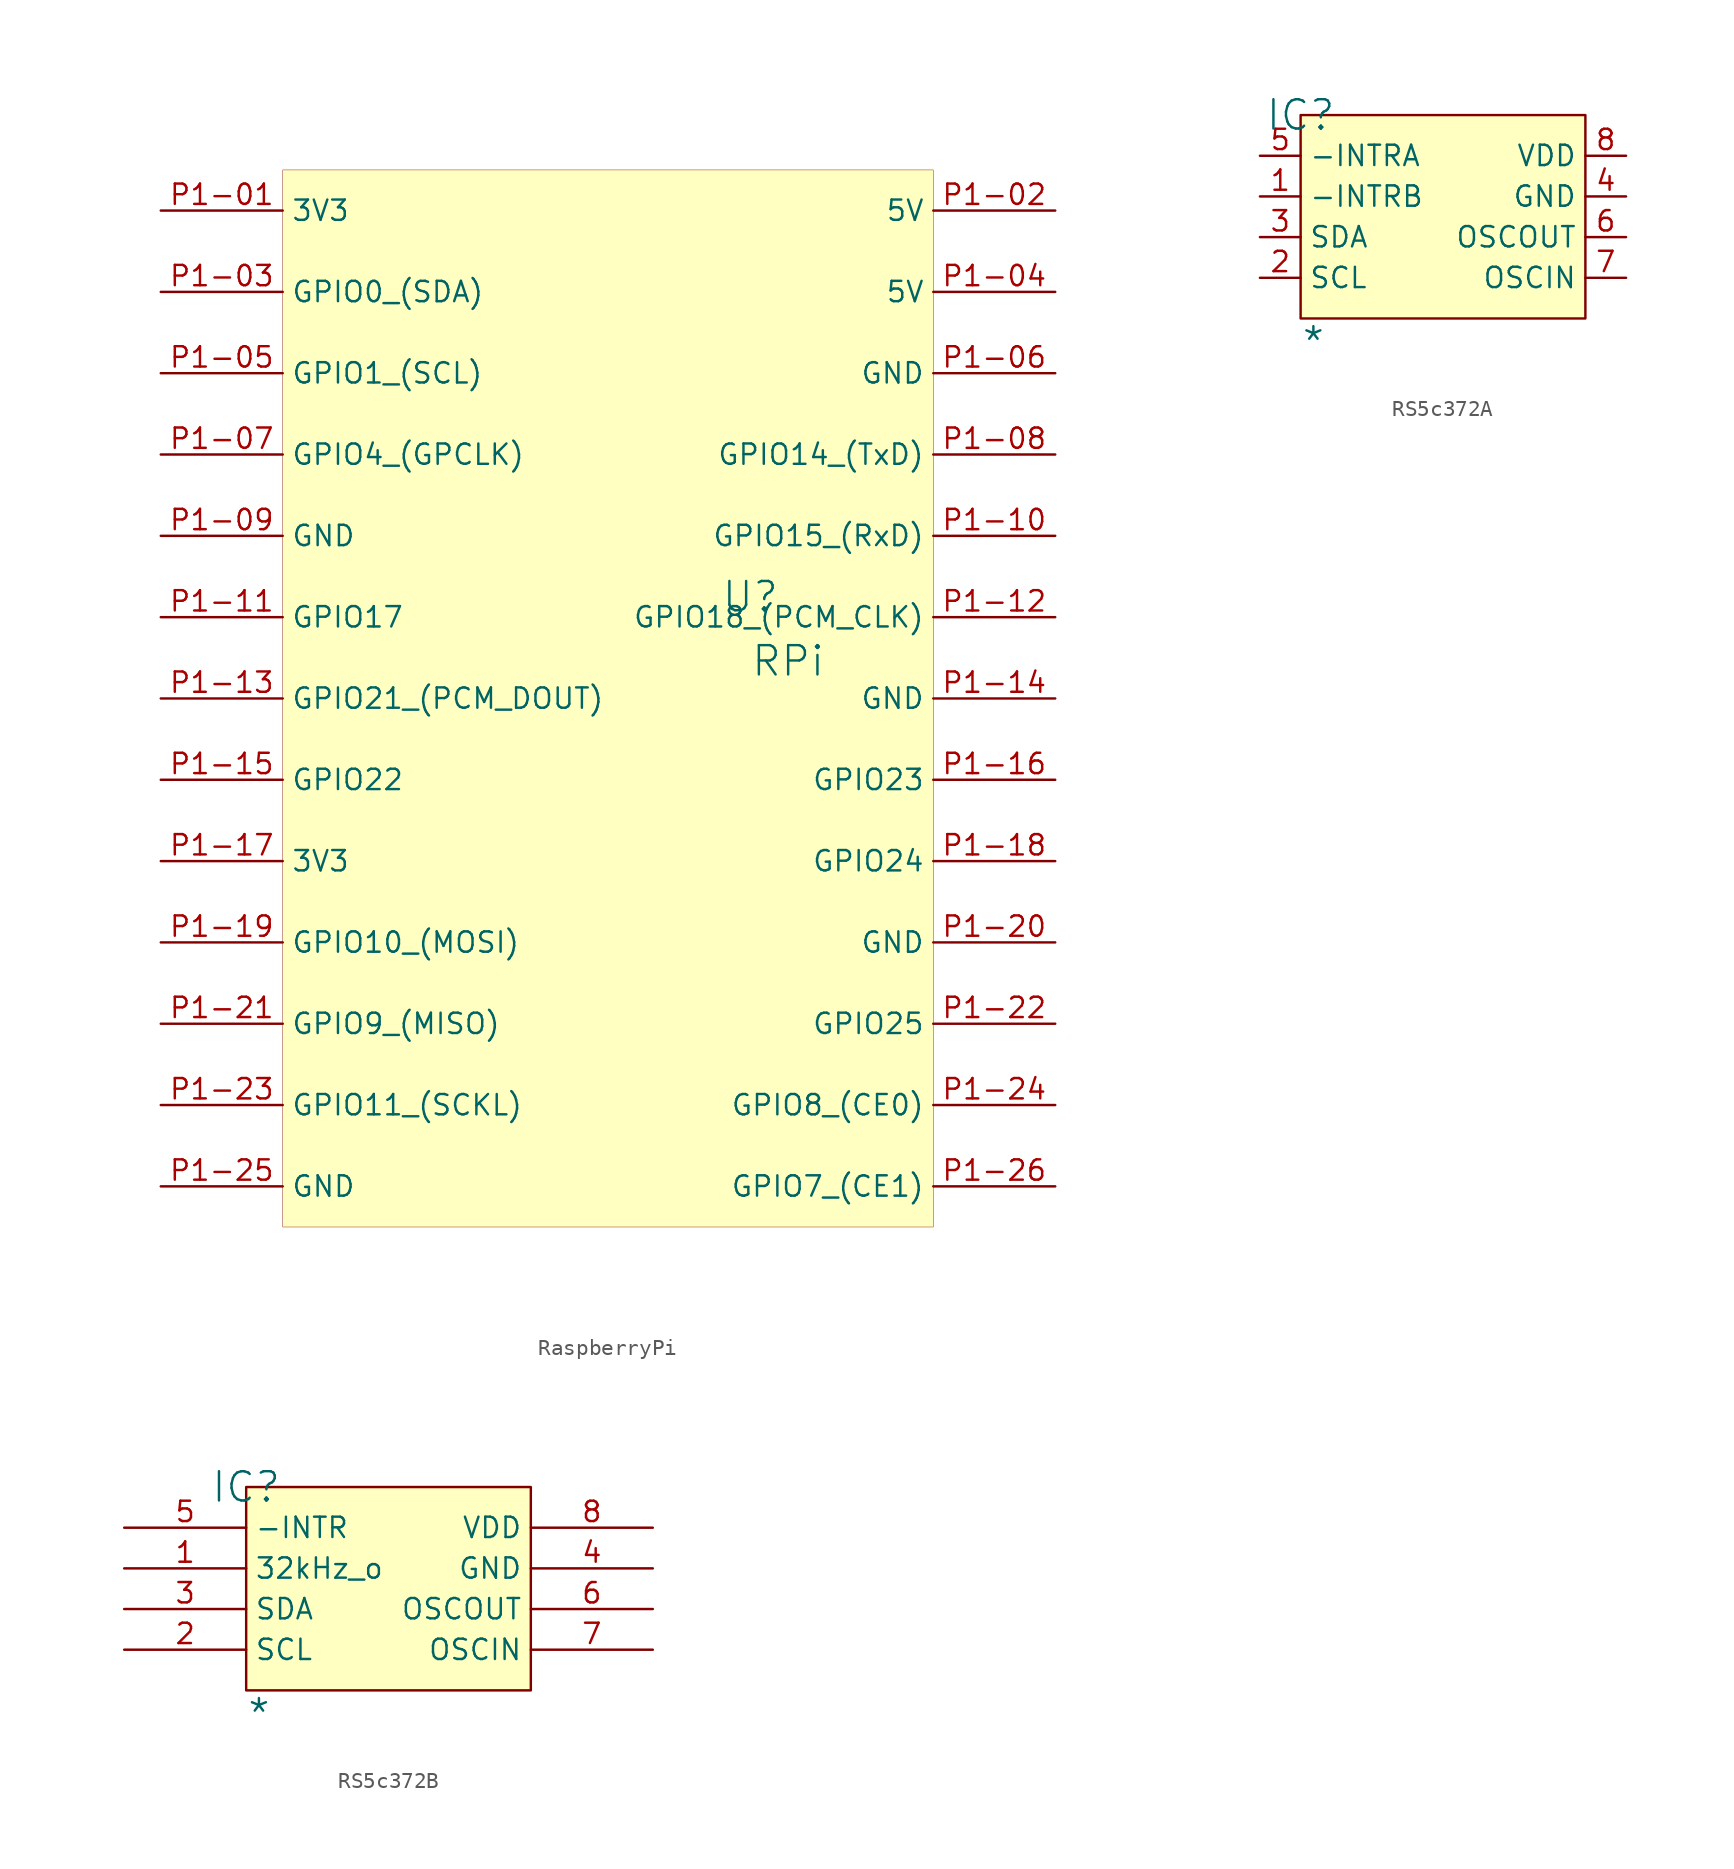
<source format=kicad_sym>
(kicad_symbol_lib
  (version 20241209)
  (generator "kicad_symbol_editor")
  (generator_version "9.0")
  (symbol "RaspberryPi"
    (property "Reference" "U"
      (at -1.27 1.27 0)
      (effects (font (size 1.829 1.829))))
    (property "Value" "RPi"
      (at -1.27 -3.81 0)
      (effects (font (size 1.829 1.829)) (justify left bottom)))
    (symbol "RaspberryPi_1_0"
      (rectangle (start 10.16 27.94) (end -30.48 -38.1) (stroke (width 0.025) (type solid) (color 128 0 0 1)) (fill (type background)))
      (pin power_in line (at -38.1 25.4 0) (length 7.62) (name "3V3" (effects (font (size 1.27 1.27)))) (number "P1-01" (effects (font (size 1.27 1.27)))))
      (pin bidirectional line (at -38.1 20.32 0) (length 7.62) (name "GPIO0_(SDA)" (effects (font (size 1.27 1.27)))) (number "P1-03" (effects (font (size 1.27 1.27)))))
      (pin bidirectional line (at -38.1 15.24 0) (length 7.62) (name "GPIO1_(SCL)" (effects (font (size 1.27 1.27)))) (number "P1-05" (effects (font (size 1.27 1.27)))))
      (pin bidirectional line (at -38.1 10.16 0) (length 7.62) (name "GPIO4_(GPCLK)" (effects (font (size 1.27 1.27)))) (number "P1-07" (effects (font (size 1.27 1.27)))))
      (pin power_in line (at -38.1 5.08 0) (length 7.62) (name "GND" (effects (font (size 1.27 1.27)))) (number "P1-09" (effects (font (size 1.27 1.27)))))
      (pin bidirectional line (at -38.1 0 0) (length 7.62) (name "GPIO17" (effects (font (size 1.27 1.27)))) (number "P1-11" (effects (font (size 1.27 1.27)))))
      (pin bidirectional line (at -38.1 -5.08 0) (length 7.62) (name "GPIO21_(PCM_DOUT)" (effects (font (size 1.27 1.27)))) (number "P1-13" (effects (font (size 1.27 1.27)))))
      (pin bidirectional line (at -38.1 -10.16 0) (length 7.62) (name "GPIO22" (effects (font (size 1.27 1.27)))) (number "P1-15" (effects (font (size 1.27 1.27)))))
      (pin power_in line (at -38.1 -15.24 0) (length 7.62) (name "3V3" (effects (font (size 1.27 1.27)))) (number "P1-17" (effects (font (size 1.27 1.27)))))
      (pin bidirectional line (at -38.1 -20.32 0) (length 7.62) (name "GPIO10_(MOSI)" (effects (font (size 1.27 1.27)))) (number "P1-19" (effects (font (size 1.27 1.27)))))
      (pin bidirectional line (at -38.1 -25.4 0) (length 7.62) (name "GPIO9_(MISO)" (effects (font (size 1.27 1.27)))) (number "P1-21" (effects (font (size 1.27 1.27)))))
      (pin bidirectional line (at -38.1 -30.48 0) (length 7.62) (name "GPIO11_(SCKL)" (effects (font (size 1.27 1.27)))) (number "P1-23" (effects (font (size 1.27 1.27)))))
      (pin power_in line (at -38.1 -35.56 0) (length 7.62) (name "GND" (effects (font (size 1.27 1.27)))) (number "P1-25" (effects (font (size 1.27 1.27)))))
      (pin power_in line (at 17.78 25.4 180) (length 7.62) (name "5V" (effects (font (size 1.27 1.27)))) (number "P1-02" (effects (font (size 1.27 1.27)))))
      (pin power_in line (at 17.78 20.32 180) (length 7.62) (name "5V" (effects (font (size 1.27 1.27)))) (number "P1-04" (effects (font (size 1.27 1.27)))))
      (pin power_in line (at 17.78 15.24 180) (length 7.62) (name "GND" (effects (font (size 1.27 1.27)))) (number "P1-06" (effects (font (size 1.27 1.27)))))
      (pin bidirectional line (at 17.78 10.16 180) (length 7.62) (name "GPIO14_(TxD)" (effects (font (size 1.27 1.27)))) (number "P1-08" (effects (font (size 1.27 1.27)))))
      (pin power_in line (at 17.78 5.08 180) (length 7.62) (name "GPIO15_(RxD)" (effects (font (size 1.27 1.27)))) (number "P1-10" (effects (font (size 1.27 1.27)))))
      (pin bidirectional line (at 17.78 0 180) (length 7.62) (name "GPIO18_(PCM_CLK)" (effects (font (size 1.27 1.27)))) (number "P1-12" (effects (font (size 1.27 1.27)))))
      (pin power_in line (at 17.78 -5.08 180) (length 7.62) (name "GND" (effects (font (size 1.27 1.27)))) (number "P1-14" (effects (font (size 1.27 1.27)))))
      (pin bidirectional line (at 17.78 -10.16 180) (length 7.62) (name "GPIO23" (effects (font (size 1.27 1.27)))) (number "P1-16" (effects (font (size 1.27 1.27)))))
      (pin bidirectional line (at 17.78 -15.24 180) (length 7.62) (name "GPIO24" (effects (font (size 1.27 1.27)))) (number "P1-18" (effects (font (size 1.27 1.27)))))
      (pin power_in line (at 17.78 -20.32 180) (length 7.62) (name "GND" (effects (font (size 1.27 1.27)))) (number "P1-20" (effects (font (size 1.27 1.27)))))
      (pin bidirectional line (at 17.78 -25.4 180) (length 7.62) (name "GPIO25" (effects (font (size 1.27 1.27)))) (number "P1-22" (effects (font (size 1.27 1.27)))))
      (pin bidirectional line (at 17.78 -30.48 180) (length 7.62) (name "GPIO8_(CE0)" (effects (font (size 1.27 1.27)))) (number "P1-24" (effects (font (size 1.27 1.27)))))
      (pin bidirectional line (at 17.78 -35.56 180) (length 7.62) (name "GPIO7_(CE1)" (effects (font (size 1.27 1.27)))) (number "P1-26" (effects (font (size 1.27 1.27)))))))
  (symbol "RS5c372A"
    (property "Reference" "IC"
      (at 0 0 0)
      (effects (font (size 1.829 1.829))))
    (property "Value" "*"
      (at 0 -15.24 0)
      (effects (font (size 1.829 1.829)) (justify left bottom)))
    (symbol "RS5c372A_1_0"
      (rectangle (start 17.78 0) (end 0 -12.7) (stroke (width 0) (type solid) (color 128 0 0 1)) (fill (type background)))
      (pin passive line (at -2.54 -2.54 0) (length 2.54) (name "-INTRA" (effects (font (size 1.27 1.27)))) (number "5" (effects (font (size 1.27 1.27)))))
      (pin passive line (at -2.54 -5.08 0) (length 2.54) (name "-INTRB" (effects (font (size 1.27 1.27)))) (number "1" (effects (font (size 1.27 1.27)))))
      (pin passive line (at -2.54 -7.62 0) (length 2.54) (name "SDA" (effects (font (size 1.27 1.27)))) (number "3" (effects (font (size 1.27 1.27)))))
      (pin passive line (at -2.54 -10.16 0) (length 2.54) (name "SCL" (effects (font (size 1.27 1.27)))) (number "2" (effects (font (size 1.27 1.27)))))
      (pin power_in line (at 20.32 -2.54 180) (length 2.54) (name "VDD" (effects (font (size 1.27 1.27)))) (number "8" (effects (font (size 1.27 1.27)))))
      (pin power_in line (at 20.32 -5.08 180) (length 2.54) (name "GND" (effects (font (size 1.27 1.27)))) (number "4" (effects (font (size 1.27 1.27)))))
      (pin passive line (at 20.32 -7.62 180) (length 2.54) (name "OSCOUT" (effects (font (size 1.27 1.27)))) (number "6" (effects (font (size 1.27 1.27)))))
      (pin passive line (at 20.32 -10.16 180) (length 2.54) (name "OSCIN" (effects (font (size 1.27 1.27)))) (number "7" (effects (font (size 1.27 1.27)))))))
  (symbol "RS5c372B"
    (property "Reference" "IC"
      (at 0 0 0)
      (effects (font (size 1.829 1.829))))
    (property "Value" "*"
      (at 0 -15.24 0)
      (effects (font (size 1.829 1.829)) (justify left bottom)))
    (symbol "RS5c372B_1_0"
      (rectangle (start 17.78 0) (end 0 -12.7) (stroke (width 0) (type solid) (color 128 0 0 1)) (fill (type background)))
      (pin passive line (at -7.62 -2.54 0) (length 7.62) (name "-INTR" (effects (font (size 1.27 1.27)))) (number "5" (effects (font (size 1.27 1.27)))))
      (pin passive line (at -7.62 -5.08 0) (length 7.62) (name "32kHz_o" (effects (font (size 1.27 1.27)))) (number "1" (effects (font (size 1.27 1.27)))))
      (pin passive line (at -7.62 -7.62 0) (length 7.62) (name "SDA" (effects (font (size 1.27 1.27)))) (number "3" (effects (font (size 1.27 1.27)))))
      (pin passive line (at -7.62 -10.16 0) (length 7.62) (name "SCL" (effects (font (size 1.27 1.27)))) (number "2" (effects (font (size 1.27 1.27)))))
      (pin power_in line (at 25.4 -2.54 180) (length 7.62) (name "VDD" (effects (font (size 1.27 1.27)))) (number "8" (effects (font (size 1.27 1.27)))))
      (pin power_in line (at 25.4 -5.08 180) (length 7.62) (name "GND" (effects (font (size 1.27 1.27)))) (number "4" (effects (font (size 1.27 1.27)))))
      (pin passive line (at 25.4 -7.62 180) (length 7.62) (name "OSCOUT" (effects (font (size 1.27 1.27)))) (number "6" (effects (font (size 1.27 1.27)))))
      (pin passive line (at 25.4 -10.16 180) (length 7.62) (name "OSCIN" (effects (font (size 1.27 1.27)))) (number "7" (effects (font (size 1.27 1.27))))))))
</source>
